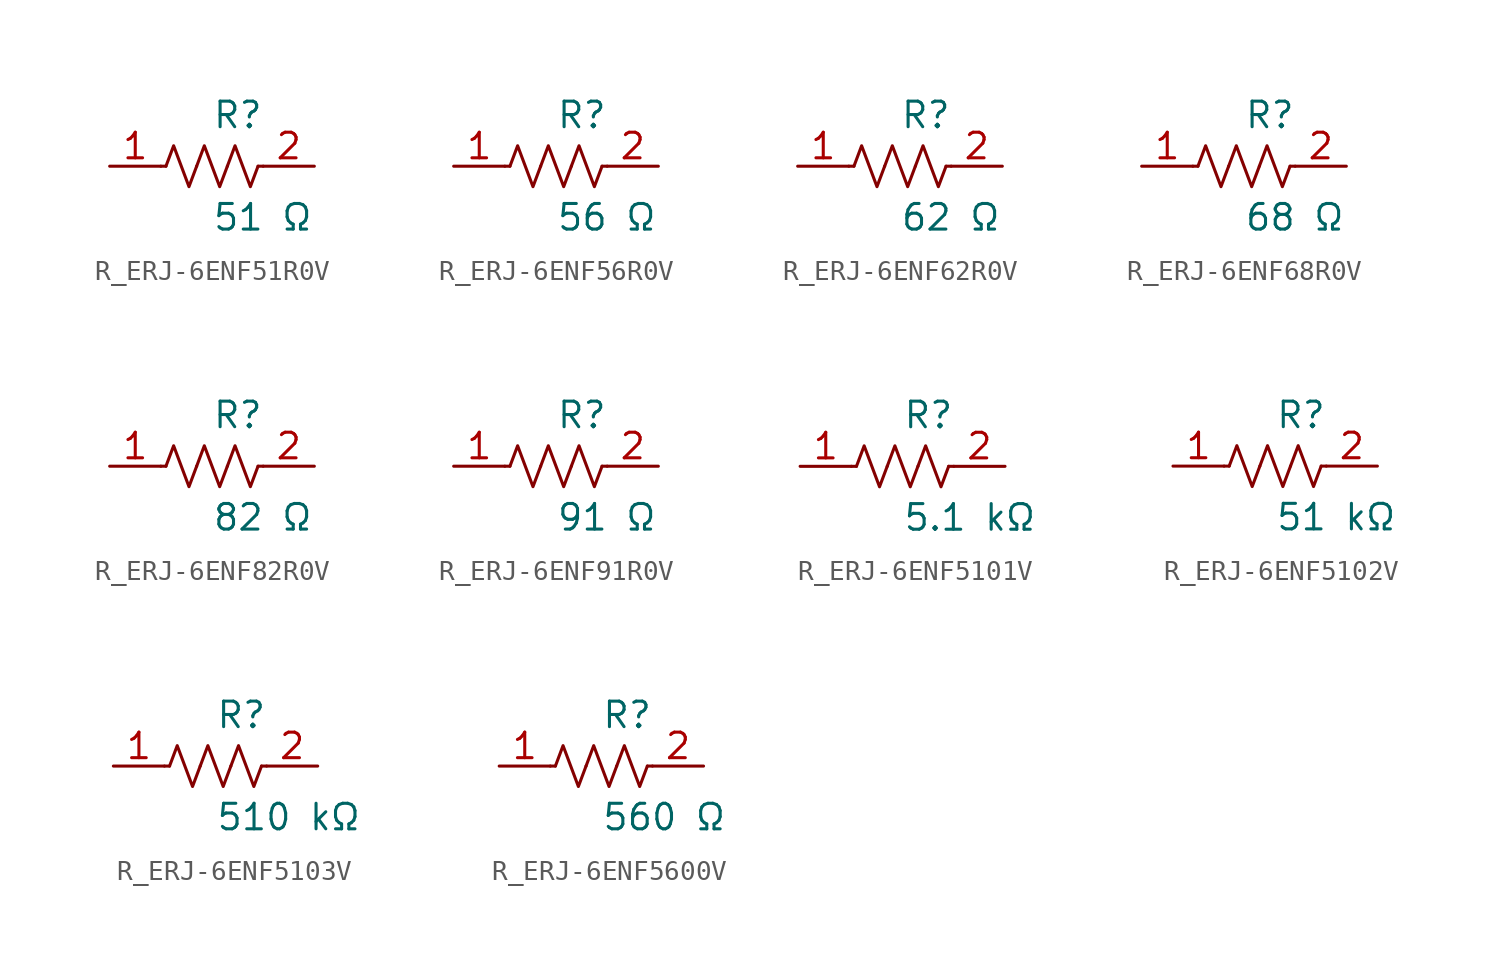
<source format=kicad_sym>
(kicad_symbol_lib
  (version 20231120)
  (generator kicad_symbol_editor)
  (generator_version 8.0)
  (symbol "R_ERJ-6ENF51R0V"
    (pin_names
      (offset 0.254))
    (property "Reference" "R"
      (at 0.0 2.54 0)
      (effects (font (size 1.27 1.27)) (justify left)))
    (property "Value" "51 Ω"
      (at 0.0 -2.54 0)
      (effects (font (size 1.27 1.27)) (justify left)))
    (symbol "R_ERJ-6ENF51R0V_0_1"
      (polyline (pts (xy 2.286 0) (xy 2.54 0)) (stroke (width 0) (type default)) (fill (type none)))
      (polyline (pts (xy -2.286 0) (xy -2.54 0)) (stroke (width 0) (type default)) (fill (type none)))
      (polyline (pts (xy 0.762 0) (xy 1.143 1.016) (xy 1.524 0) (xy 1.905 -1.016) (xy 2.286 0)) (stroke (width 0) (type default)) (fill (type none)))
      (polyline (pts (xy -0.762 0) (xy -0.381 1.016) (xy 0 0) (xy 0.381 -1.016) (xy 0.762 0)) (stroke (width 0) (type default)) (fill (type none)))
      (polyline (pts (xy -2.286 0) (xy -1.905 1.016) (xy -1.524 0) (xy -1.143 -1.016) (xy -0.762 0)) (stroke (width 0) (type default)) (fill (type none))))
    (pin unspecified line
      (at -5.08 0 0)
      (length 2.54)
      (name "" (effects (font (size 1.27 1.27))))
      (number "1" (effects (font (size 1.27 1.27)))))
    (pin unspecified line
      (at 5.08 0 180)
      (length 2.54)
      (name "" (effects (font (size 1.27 1.27))))
      (number "2" (effects (font (size 1.27 1.27))))))
  (symbol "R_ERJ-6ENF56R0V"
    (pin_names
      (offset 0.254))
    (property "Reference" "R"
      (at 0.0 2.54 0)
      (effects (font (size 1.27 1.27)) (justify left)))
    (property "Value" "56 Ω"
      (at 0.0 -2.54 0)
      (effects (font (size 1.27 1.27)) (justify left)))
    (symbol "R_ERJ-6ENF56R0V_0_1"
      (polyline (pts (xy 2.286 0) (xy 2.54 0)) (stroke (width 0) (type default)) (fill (type none)))
      (polyline (pts (xy -2.286 0) (xy -2.54 0)) (stroke (width 0) (type default)) (fill (type none)))
      (polyline (pts (xy 0.762 0) (xy 1.143 1.016) (xy 1.524 0) (xy 1.905 -1.016) (xy 2.286 0)) (stroke (width 0) (type default)) (fill (type none)))
      (polyline (pts (xy -0.762 0) (xy -0.381 1.016) (xy 0 0) (xy 0.381 -1.016) (xy 0.762 0)) (stroke (width 0) (type default)) (fill (type none)))
      (polyline (pts (xy -2.286 0) (xy -1.905 1.016) (xy -1.524 0) (xy -1.143 -1.016) (xy -0.762 0)) (stroke (width 0) (type default)) (fill (type none))))
    (pin unspecified line
      (at -5.08 0 0)
      (length 2.54)
      (name "" (effects (font (size 1.27 1.27))))
      (number "1" (effects (font (size 1.27 1.27)))))
    (pin unspecified line
      (at 5.08 0 180)
      (length 2.54)
      (name "" (effects (font (size 1.27 1.27))))
      (number "2" (effects (font (size 1.27 1.27))))))
  (symbol "R_ERJ-6ENF62R0V"
    (pin_names
      (offset 0.254))
    (property "Reference" "R"
      (at 0.0 2.54 0)
      (effects (font (size 1.27 1.27)) (justify left)))
    (property "Value" "62 Ω"
      (at 0.0 -2.54 0)
      (effects (font (size 1.27 1.27)) (justify left)))
    (symbol "R_ERJ-6ENF62R0V_0_1"
      (polyline (pts (xy 2.286 0) (xy 2.54 0)) (stroke (width 0) (type default)) (fill (type none)))
      (polyline (pts (xy -2.286 0) (xy -2.54 0)) (stroke (width 0) (type default)) (fill (type none)))
      (polyline (pts (xy 0.762 0) (xy 1.143 1.016) (xy 1.524 0) (xy 1.905 -1.016) (xy 2.286 0)) (stroke (width 0) (type default)) (fill (type none)))
      (polyline (pts (xy -0.762 0) (xy -0.381 1.016) (xy 0 0) (xy 0.381 -1.016) (xy 0.762 0)) (stroke (width 0) (type default)) (fill (type none)))
      (polyline (pts (xy -2.286 0) (xy -1.905 1.016) (xy -1.524 0) (xy -1.143 -1.016) (xy -0.762 0)) (stroke (width 0) (type default)) (fill (type none))))
    (pin unspecified line
      (at -5.08 0 0)
      (length 2.54)
      (name "" (effects (font (size 1.27 1.27))))
      (number "1" (effects (font (size 1.27 1.27)))))
    (pin unspecified line
      (at 5.08 0 180)
      (length 2.54)
      (name "" (effects (font (size 1.27 1.27))))
      (number "2" (effects (font (size 1.27 1.27))))))
  (symbol "R_ERJ-6ENF68R0V"
    (pin_names
      (offset 0.254))
    (property "Reference" "R"
      (at 0.0 2.54 0)
      (effects (font (size 1.27 1.27)) (justify left)))
    (property "Value" "68 Ω"
      (at 0.0 -2.54 0)
      (effects (font (size 1.27 1.27)) (justify left)))
    (symbol "R_ERJ-6ENF68R0V_0_1"
      (polyline (pts (xy 2.286 0) (xy 2.54 0)) (stroke (width 0) (type default)) (fill (type none)))
      (polyline (pts (xy -2.286 0) (xy -2.54 0)) (stroke (width 0) (type default)) (fill (type none)))
      (polyline (pts (xy 0.762 0) (xy 1.143 1.016) (xy 1.524 0) (xy 1.905 -1.016) (xy 2.286 0)) (stroke (width 0) (type default)) (fill (type none)))
      (polyline (pts (xy -0.762 0) (xy -0.381 1.016) (xy 0 0) (xy 0.381 -1.016) (xy 0.762 0)) (stroke (width 0) (type default)) (fill (type none)))
      (polyline (pts (xy -2.286 0) (xy -1.905 1.016) (xy -1.524 0) (xy -1.143 -1.016) (xy -0.762 0)) (stroke (width 0) (type default)) (fill (type none))))
    (pin unspecified line
      (at -5.08 0 0)
      (length 2.54)
      (name "" (effects (font (size 1.27 1.27))))
      (number "1" (effects (font (size 1.27 1.27)))))
    (pin unspecified line
      (at 5.08 0 180)
      (length 2.54)
      (name "" (effects (font (size 1.27 1.27))))
      (number "2" (effects (font (size 1.27 1.27))))))
  (symbol "R_ERJ-6ENF82R0V"
    (pin_names
      (offset 0.254))
    (property "Reference" "R"
      (at 0.0 2.54 0)
      (effects (font (size 1.27 1.27)) (justify left)))
    (property "Value" "82 Ω"
      (at 0.0 -2.54 0)
      (effects (font (size 1.27 1.27)) (justify left)))
    (symbol "R_ERJ-6ENF82R0V_0_1"
      (polyline (pts (xy 2.286 0) (xy 2.54 0)) (stroke (width 0) (type default)) (fill (type none)))
      (polyline (pts (xy -2.286 0) (xy -2.54 0)) (stroke (width 0) (type default)) (fill (type none)))
      (polyline (pts (xy 0.762 0) (xy 1.143 1.016) (xy 1.524 0) (xy 1.905 -1.016) (xy 2.286 0)) (stroke (width 0) (type default)) (fill (type none)))
      (polyline (pts (xy -0.762 0) (xy -0.381 1.016) (xy 0 0) (xy 0.381 -1.016) (xy 0.762 0)) (stroke (width 0) (type default)) (fill (type none)))
      (polyline (pts (xy -2.286 0) (xy -1.905 1.016) (xy -1.524 0) (xy -1.143 -1.016) (xy -0.762 0)) (stroke (width 0) (type default)) (fill (type none))))
    (pin unspecified line
      (at -5.08 0 0)
      (length 2.54)
      (name "" (effects (font (size 1.27 1.27))))
      (number "1" (effects (font (size 1.27 1.27)))))
    (pin unspecified line
      (at 5.08 0 180)
      (length 2.54)
      (name "" (effects (font (size 1.27 1.27))))
      (number "2" (effects (font (size 1.27 1.27))))))
  (symbol "R_ERJ-6ENF91R0V"
    (pin_names
      (offset 0.254))
    (property "Reference" "R"
      (at 0.0 2.54 0)
      (effects (font (size 1.27 1.27)) (justify left)))
    (property "Value" "91 Ω"
      (at 0.0 -2.54 0)
      (effects (font (size 1.27 1.27)) (justify left)))
    (symbol "R_ERJ-6ENF91R0V_0_1"
      (polyline (pts (xy 2.286 0) (xy 2.54 0)) (stroke (width 0) (type default)) (fill (type none)))
      (polyline (pts (xy -2.286 0) (xy -2.54 0)) (stroke (width 0) (type default)) (fill (type none)))
      (polyline (pts (xy 0.762 0) (xy 1.143 1.016) (xy 1.524 0) (xy 1.905 -1.016) (xy 2.286 0)) (stroke (width 0) (type default)) (fill (type none)))
      (polyline (pts (xy -0.762 0) (xy -0.381 1.016) (xy 0 0) (xy 0.381 -1.016) (xy 0.762 0)) (stroke (width 0) (type default)) (fill (type none)))
      (polyline (pts (xy -2.286 0) (xy -1.905 1.016) (xy -1.524 0) (xy -1.143 -1.016) (xy -0.762 0)) (stroke (width 0) (type default)) (fill (type none))))
    (pin unspecified line
      (at -5.08 0 0)
      (length 2.54)
      (name "" (effects (font (size 1.27 1.27))))
      (number "1" (effects (font (size 1.27 1.27)))))
    (pin unspecified line
      (at 5.08 0 180)
      (length 2.54)
      (name "" (effects (font (size 1.27 1.27))))
      (number "2" (effects (font (size 1.27 1.27))))))
  (symbol "R_ERJ-6ENF5101V"
    (pin_names
      (offset 0.254))
    (property "Reference" "R"
      (at 0.0 2.54 0)
      (effects (font (size 1.27 1.27)) (justify left)))
    (property "Value" "5.1 kΩ"
      (at 0.0 -2.54 0)
      (effects (font (size 1.27 1.27)) (justify left)))
    (symbol "R_ERJ-6ENF5101V_0_1"
      (polyline (pts (xy 2.286 0) (xy 2.54 0)) (stroke (width 0) (type default)) (fill (type none)))
      (polyline (pts (xy -2.286 0) (xy -2.54 0)) (stroke (width 0) (type default)) (fill (type none)))
      (polyline (pts (xy 0.762 0) (xy 1.143 1.016) (xy 1.524 0) (xy 1.905 -1.016) (xy 2.286 0)) (stroke (width 0) (type default)) (fill (type none)))
      (polyline (pts (xy -0.762 0) (xy -0.381 1.016) (xy 0 0) (xy 0.381 -1.016) (xy 0.762 0)) (stroke (width 0) (type default)) (fill (type none)))
      (polyline (pts (xy -2.286 0) (xy -1.905 1.016) (xy -1.524 0) (xy -1.143 -1.016) (xy -0.762 0)) (stroke (width 0) (type default)) (fill (type none))))
    (pin unspecified line
      (at -5.08 0 0)
      (length 2.54)
      (name "" (effects (font (size 1.27 1.27))))
      (number "1" (effects (font (size 1.27 1.27)))))
    (pin unspecified line
      (at 5.08 0 180)
      (length 2.54)
      (name "" (effects (font (size 1.27 1.27))))
      (number "2" (effects (font (size 1.27 1.27))))))
  (symbol "R_ERJ-6ENF5102V"
    (pin_names
      (offset 0.254))
    (property "Reference" "R"
      (at 0.0 2.54 0)
      (effects (font (size 1.27 1.27)) (justify left)))
    (property "Value" "51 kΩ"
      (at 0.0 -2.54 0)
      (effects (font (size 1.27 1.27)) (justify left)))
    (symbol "R_ERJ-6ENF5102V_0_1"
      (polyline (pts (xy 2.286 0) (xy 2.54 0)) (stroke (width 0) (type default)) (fill (type none)))
      (polyline (pts (xy -2.286 0) (xy -2.54 0)) (stroke (width 0) (type default)) (fill (type none)))
      (polyline (pts (xy 0.762 0) (xy 1.143 1.016) (xy 1.524 0) (xy 1.905 -1.016) (xy 2.286 0)) (stroke (width 0) (type default)) (fill (type none)))
      (polyline (pts (xy -0.762 0) (xy -0.381 1.016) (xy 0 0) (xy 0.381 -1.016) (xy 0.762 0)) (stroke (width 0) (type default)) (fill (type none)))
      (polyline (pts (xy -2.286 0) (xy -1.905 1.016) (xy -1.524 0) (xy -1.143 -1.016) (xy -0.762 0)) (stroke (width 0) (type default)) (fill (type none))))
    (pin unspecified line
      (at -5.08 0 0)
      (length 2.54)
      (name "" (effects (font (size 1.27 1.27))))
      (number "1" (effects (font (size 1.27 1.27)))))
    (pin unspecified line
      (at 5.08 0 180)
      (length 2.54)
      (name "" (effects (font (size 1.27 1.27))))
      (number "2" (effects (font (size 1.27 1.27))))))
  (symbol "R_ERJ-6ENF5103V"
    (pin_names
      (offset 0.254))
    (property "Reference" "R"
      (at 0.0 2.54 0)
      (effects (font (size 1.27 1.27)) (justify left)))
    (property "Value" "510 kΩ"
      (at 0.0 -2.54 0)
      (effects (font (size 1.27 1.27)) (justify left)))
    (symbol "R_ERJ-6ENF5103V_0_1"
      (polyline (pts (xy 2.286 0) (xy 2.54 0)) (stroke (width 0) (type default)) (fill (type none)))
      (polyline (pts (xy -2.286 0) (xy -2.54 0)) (stroke (width 0) (type default)) (fill (type none)))
      (polyline (pts (xy 0.762 0) (xy 1.143 1.016) (xy 1.524 0) (xy 1.905 -1.016) (xy 2.286 0)) (stroke (width 0) (type default)) (fill (type none)))
      (polyline (pts (xy -0.762 0) (xy -0.381 1.016) (xy 0 0) (xy 0.381 -1.016) (xy 0.762 0)) (stroke (width 0) (type default)) (fill (type none)))
      (polyline (pts (xy -2.286 0) (xy -1.905 1.016) (xy -1.524 0) (xy -1.143 -1.016) (xy -0.762 0)) (stroke (width 0) (type default)) (fill (type none))))
    (pin unspecified line
      (at -5.08 0 0)
      (length 2.54)
      (name "" (effects (font (size 1.27 1.27))))
      (number "1" (effects (font (size 1.27 1.27)))))
    (pin unspecified line
      (at 5.08 0 180)
      (length 2.54)
      (name "" (effects (font (size 1.27 1.27))))
      (number "2" (effects (font (size 1.27 1.27))))))
  (symbol "R_ERJ-6ENF5600V"
    (pin_names
      (offset 0.254))
    (property "Reference" "R"
      (at 0.0 2.54 0)
      (effects (font (size 1.27 1.27)) (justify left)))
    (property "Value" "560 Ω"
      (at 0.0 -2.54 0)
      (effects (font (size 1.27 1.27)) (justify left)))
    (symbol "R_ERJ-6ENF5600V_0_1"
      (polyline (pts (xy 2.286 0) (xy 2.54 0)) (stroke (width 0) (type default)) (fill (type none)))
      (polyline (pts (xy -2.286 0) (xy -2.54 0)) (stroke (width 0) (type default)) (fill (type none)))
      (polyline (pts (xy 0.762 0) (xy 1.143 1.016) (xy 1.524 0) (xy 1.905 -1.016) (xy 2.286 0)) (stroke (width 0) (type default)) (fill (type none)))
      (polyline (pts (xy -0.762 0) (xy -0.381 1.016) (xy 0 0) (xy 0.381 -1.016) (xy 0.762 0)) (stroke (width 0) (type default)) (fill (type none)))
      (polyline (pts (xy -2.286 0) (xy -1.905 1.016) (xy -1.524 0) (xy -1.143 -1.016) (xy -0.762 0)) (stroke (width 0) (type default)) (fill (type none))))
    (pin unspecified line
      (at -5.08 0 0)
      (length 2.54)
      (name "" (effects (font (size 1.27 1.27))))
      (number "1" (effects (font (size 1.27 1.27)))))
    (pin unspecified line
      (at 5.08 0 180)
      (length 2.54)
      (name "" (effects (font (size 1.27 1.27))))
      (number "2" (effects (font (size 1.27 1.27)))))))
</source>
